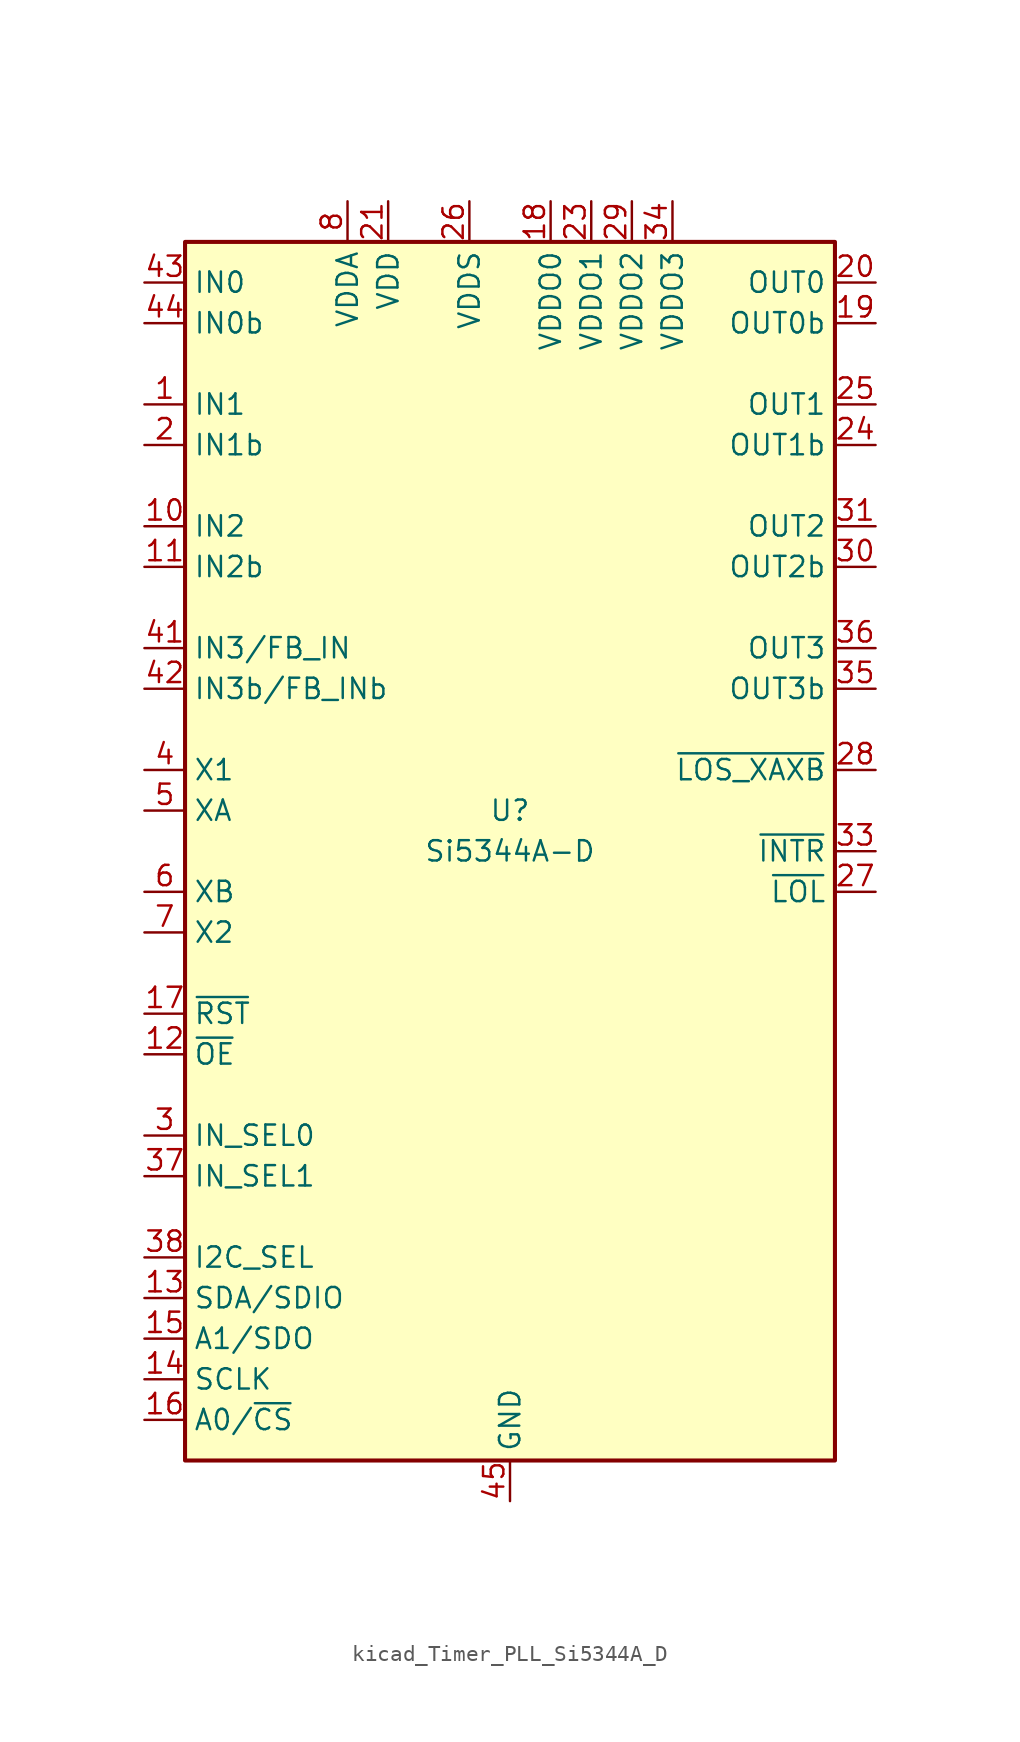
<source format=kicad_sym>
(kicad_symbol_lib
  (version 20220914)
  (generator kicad_symbol_editor)
  (symbol "kicad_Timer_PLL_Si5344A_D"
    (property "Reference" "U"
      (at 0 2.54 0)
      (effects (font (size 1.27 1.27))))
    (property "Value" "Si5344A-D"
      (at 0 0 0)
      (effects (font (size 1.27 1.27))))
    (symbol "kicad_Timer_PLL_Si5344A_D_0_1"
      (rectangle (start -20.32 38.1) (end 20.32 -38.1) (stroke (width 0.254) (type default)) (fill (type background))))
    (symbol "kicad_Timer_PLL_Si5344A_D_1_1"
      (pin input line (at -22.86 27.94 0) (length 2.54) (name "IN1" (effects (font (size 1.27 1.27)))) (number "1" (effects (font (size 1.27 1.27)))))
      (pin input line (at -22.86 20.32 0) (length 2.54) (name "IN2" (effects (font (size 1.27 1.27)))) (number "10" (effects (font (size 1.27 1.27)))))
      (pin input line (at -22.86 17.78 0) (length 2.54) (name "IN2b" (effects (font (size 1.27 1.27)))) (number "11" (effects (font (size 1.27 1.27)))))
      (pin input line (at -22.86 -12.7 0) (length 2.54) (name "~{OE}" (effects (font (size 1.27 1.27)))) (number "12" (effects (font (size 1.27 1.27)))))
      (pin bidirectional line (at -22.86 -27.94 0) (length 2.54) (name "SDA/SDIO" (effects (font (size 1.27 1.27)))) (number "13" (effects (font (size 1.27 1.27)))))
      (pin input line (at -22.86 -33.02 0) (length 2.54) (name "SCLK" (effects (font (size 1.27 1.27)))) (number "14" (effects (font (size 1.27 1.27)))))
      (pin bidirectional line (at -22.86 -30.48 0) (length 2.54) (name "A1/SDO" (effects (font (size 1.27 1.27)))) (number "15" (effects (font (size 1.27 1.27)))))
      (pin input line (at -22.86 -35.56 0) (length 2.54) (name "A0/~{CS}" (effects (font (size 1.27 1.27)))) (number "16" (effects (font (size 1.27 1.27)))))
      (pin input line (at -22.86 -10.16 0) (length 2.54) (name "~{RST}" (effects (font (size 1.27 1.27)))) (number "17" (effects (font (size 1.27 1.27)))))
      (pin power_in line (at 2.54 40.64 270) (length 2.54) (name "VDDO0" (effects (font (size 1.27 1.27)))) (number "18" (effects (font (size 1.27 1.27)))))
      (pin output line (at 22.86 33.02 180) (length 2.54) (name "OUT0b" (effects (font (size 1.27 1.27)))) (number "19" (effects (font (size 1.27 1.27)))))
      (pin input line (at -22.86 25.4 0) (length 2.54) (name "IN1b" (effects (font (size 1.27 1.27)))) (number "2" (effects (font (size 1.27 1.27)))))
      (pin output line (at 22.86 35.56 180) (length 2.54) (name "OUT0" (effects (font (size 1.27 1.27)))) (number "20" (effects (font (size 1.27 1.27)))))
      (pin power_in line (at -7.62 40.64 270) (length 2.54) (name "VDD" (effects (font (size 1.27 1.27)))) (number "21" (effects (font (size 1.27 1.27)))))
      (pin no_connect line (at 20.32 -35.56 180) (length 2.54) hide (name "NC" (effects (font (size 1.27 1.27)))) (number "22" (effects (font (size 1.27 1.27)))))
      (pin power_in line (at 5.08 40.64 270) (length 2.54) (name "VDDO1" (effects (font (size 1.27 1.27)))) (number "23" (effects (font (size 1.27 1.27)))))
      (pin output line (at 22.86 25.4 180) (length 2.54) (name "OUT1b" (effects (font (size 1.27 1.27)))) (number "24" (effects (font (size 1.27 1.27)))))
      (pin output line (at 22.86 27.94 180) (length 2.54) (name "OUT1" (effects (font (size 1.27 1.27)))) (number "25" (effects (font (size 1.27 1.27)))))
      (pin power_in line (at -2.54 40.64 270) (length 2.54) (name "VDDS" (effects (font (size 1.27 1.27)))) (number "26" (effects (font (size 1.27 1.27)))))
      (pin output line (at 22.86 -2.54 180) (length 2.54) (name "~{LOL}" (effects (font (size 1.27 1.27)))) (number "27" (effects (font (size 1.27 1.27)))))
      (pin output line (at 22.86 5.08 180) (length 2.54) (name "~{LOS_XAXB}" (effects (font (size 1.27 1.27)))) (number "28" (effects (font (size 1.27 1.27)))))
      (pin power_in line (at 7.62 40.64 270) (length 2.54) (name "VDDO2" (effects (font (size 1.27 1.27)))) (number "29" (effects (font (size 1.27 1.27)))))
      (pin input line (at -22.86 -17.78 0) (length 2.54) (name "IN_SEL0" (effects (font (size 1.27 1.27)))) (number "3" (effects (font (size 1.27 1.27)))))
      (pin output line (at 22.86 17.78 180) (length 2.54) (name "OUT2b" (effects (font (size 1.27 1.27)))) (number "30" (effects (font (size 1.27 1.27)))))
      (pin output line (at 22.86 20.32 180) (length 2.54) (name "OUT2" (effects (font (size 1.27 1.27)))) (number "31" (effects (font (size 1.27 1.27)))))
      (pin passive line (at -7.62 40.64 270) (length 2.54) hide (name "VDD" (effects (font (size 1.27 1.27)))) (number "32" (effects (font (size 1.27 1.27)))))
      (pin output line (at 22.86 0 180) (length 2.54) (name "~{INTR}" (effects (font (size 1.27 1.27)))) (number "33" (effects (font (size 1.27 1.27)))))
      (pin power_in line (at 10.16 40.64 270) (length 2.54) (name "VDDO3" (effects (font (size 1.27 1.27)))) (number "34" (effects (font (size 1.27 1.27)))))
      (pin output line (at 22.86 10.16 180) (length 2.54) (name "OUT3b" (effects (font (size 1.27 1.27)))) (number "35" (effects (font (size 1.27 1.27)))))
      (pin output line (at 22.86 12.7 180) (length 2.54) (name "OUT3" (effects (font (size 1.27 1.27)))) (number "36" (effects (font (size 1.27 1.27)))))
      (pin input line (at -22.86 -20.32 0) (length 2.54) (name "IN_SEL1" (effects (font (size 1.27 1.27)))) (number "37" (effects (font (size 1.27 1.27)))))
      (pin input line (at -22.86 -25.4 0) (length 2.54) (name "I2C_SEL" (effects (font (size 1.27 1.27)))) (number "38" (effects (font (size 1.27 1.27)))))
      (pin passive line (at -7.62 40.64 270) (length 2.54) hide (name "VDD" (effects (font (size 1.27 1.27)))) (number "39" (effects (font (size 1.27 1.27)))))
      (pin input line (at -22.86 5.08 0) (length 2.54) (name "X1" (effects (font (size 1.27 1.27)))) (number "4" (effects (font (size 1.27 1.27)))))
      (pin passive line (at -7.62 40.64 270) (length 2.54) hide (name "VDD" (effects (font (size 1.27 1.27)))) (number "40" (effects (font (size 1.27 1.27)))))
      (pin input line (at -22.86 12.7 0) (length 2.54) (name "IN3/FB_IN" (effects (font (size 1.27 1.27)))) (number "41" (effects (font (size 1.27 1.27)))))
      (pin input line (at -22.86 10.16 0) (length 2.54) (name "IN3b/FB_INb" (effects (font (size 1.27 1.27)))) (number "42" (effects (font (size 1.27 1.27)))))
      (pin input line (at -22.86 35.56 0) (length 2.54) (name "IN0" (effects (font (size 1.27 1.27)))) (number "43" (effects (font (size 1.27 1.27)))))
      (pin input line (at -22.86 33.02 0) (length 2.54) (name "IN0b" (effects (font (size 1.27 1.27)))) (number "44" (effects (font (size 1.27 1.27)))))
      (pin power_in line (at 0 -40.64 90) (length 2.54) (name "GND" (effects (font (size 1.27 1.27)))) (number "45" (effects (font (size 1.27 1.27)))))
      (pin input line (at -22.86 2.54 0) (length 2.54) (name "XA" (effects (font (size 1.27 1.27)))) (number "5" (effects (font (size 1.27 1.27)))))
      (pin input line (at -22.86 -2.54 0) (length 2.54) (name "XB" (effects (font (size 1.27 1.27)))) (number "6" (effects (font (size 1.27 1.27)))))
      (pin input line (at -22.86 -5.08 0) (length 2.54) (name "X2" (effects (font (size 1.27 1.27)))) (number "7" (effects (font (size 1.27 1.27)))))
      (pin power_in line (at -10.16 40.64 270) (length 2.54) (name "VDDA" (effects (font (size 1.27 1.27)))) (number "8" (effects (font (size 1.27 1.27)))))
      (pin passive line (at -10.16 40.64 270) (length 2.54) hide (name "VDDA" (effects (font (size 1.27 1.27)))) (number "9" (effects (font (size 1.27 1.27))))))))
</source>
